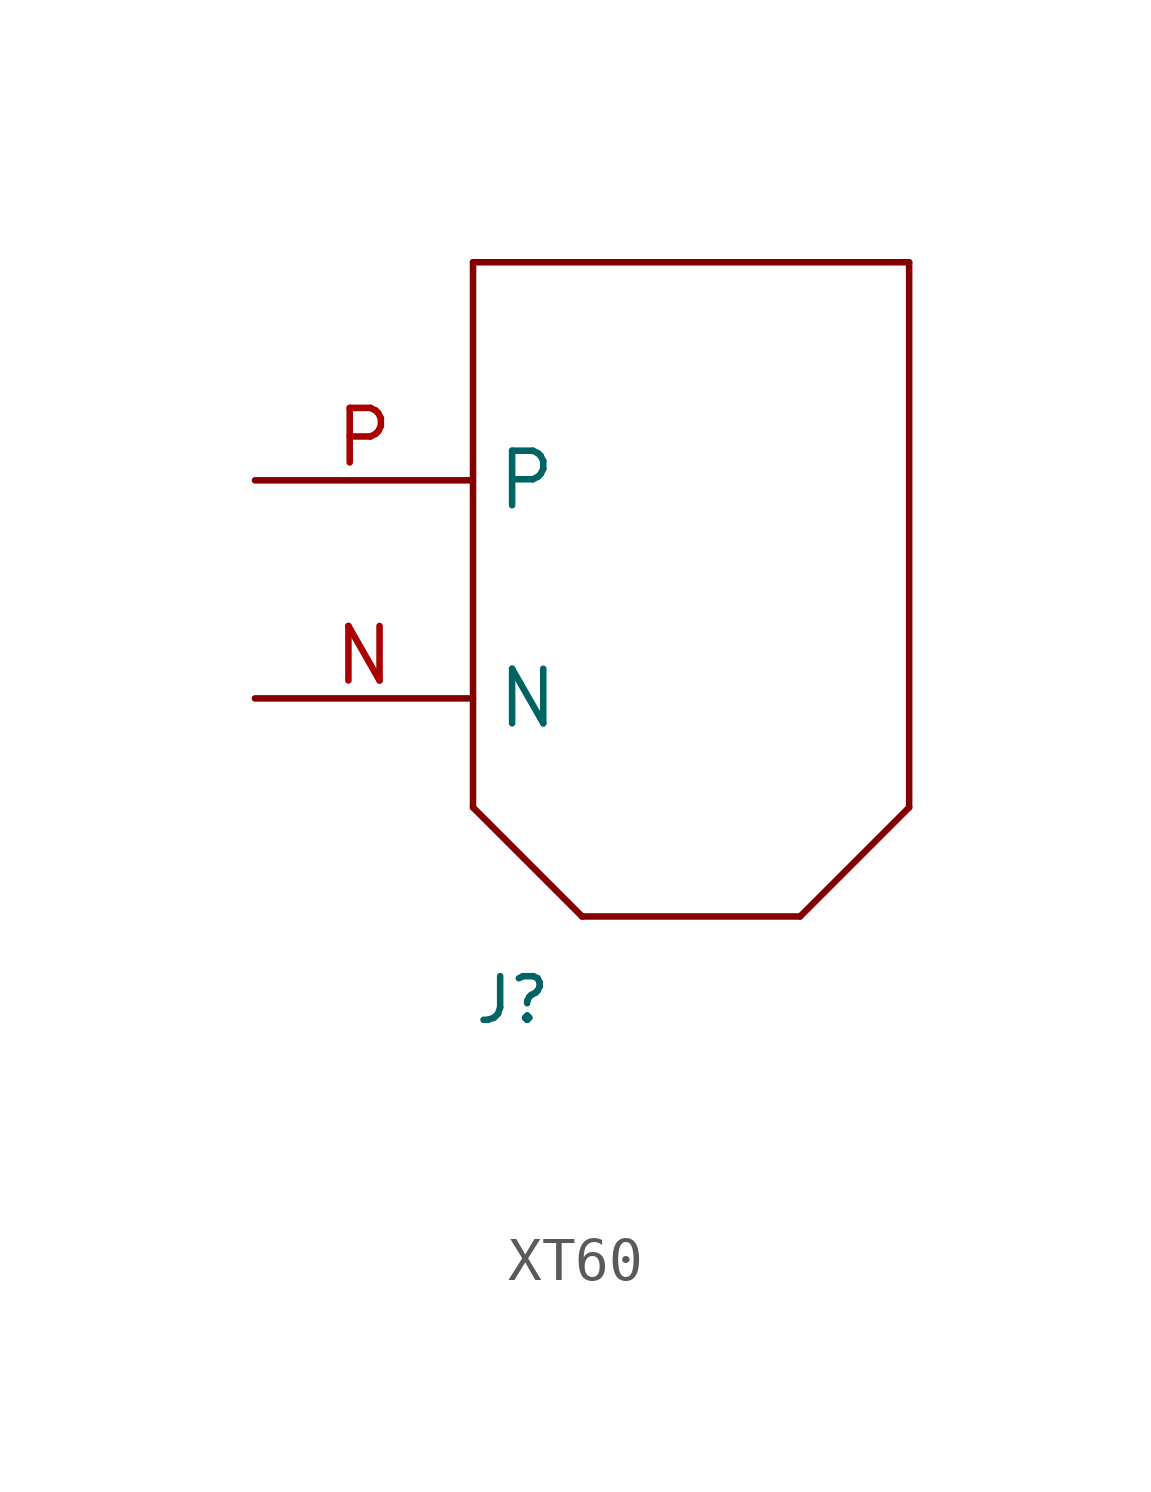
<source format=kicad_sym>
(kicad_symbol_lib
  (version 20231120)
  (generator "kicad_symbol_editor")
  (generator_version "8.0")
  (symbol "XT60"
    (property "Reference" "J"
      (at 0 -2.54 0)
      (effects (font (size 1.016 1.016)) (justify left bottom)))
    (property "Value" ""
      (at 0 -5.08 0)
      (effects (font (size 1.016 1.016)) (justify left bottom)))
    (property "ki_locked" ""
      (at 0 0 0)
      (effects (font (size 1.27 1.27))))
    (symbol "XT60_1_0"
      (polyline (pts (xy 0 2.54) (xy 2.54 0)) (stroke (width 0.152) (type solid)) (fill (type none)))
      (polyline (pts (xy 0 15.24) (xy 0 2.54)) (stroke (width 0.152) (type solid)) (fill (type none)))
      (polyline (pts (xy 2.54 0) (xy 7.62 0)) (stroke (width 0.152) (type solid)) (fill (type none)))
      (polyline (pts (xy 7.62 0) (xy 10.16 2.54)) (stroke (width 0.152) (type solid)) (fill (type none)))
      (polyline (pts (xy 10.16 2.54) (xy 10.16 15.24)) (stroke (width 0.152) (type solid)) (fill (type none)))
      (polyline (pts (xy 10.16 15.24) (xy 0 15.24)) (stroke (width 0.152) (type solid)) (fill (type none)))
      (pin bidirectional line (at -5.08 5.08 0) (length 5.08) (name "N" (effects (font (size 1.27 1.27)))) (number "N" (effects (font (size 1.27 1.27)))))
      (pin bidirectional line (at -5.08 10.16 0) (length 5.08) (name "P" (effects (font (size 1.27 1.27)))) (number "P" (effects (font (size 1.27 1.27))))))))
</source>
